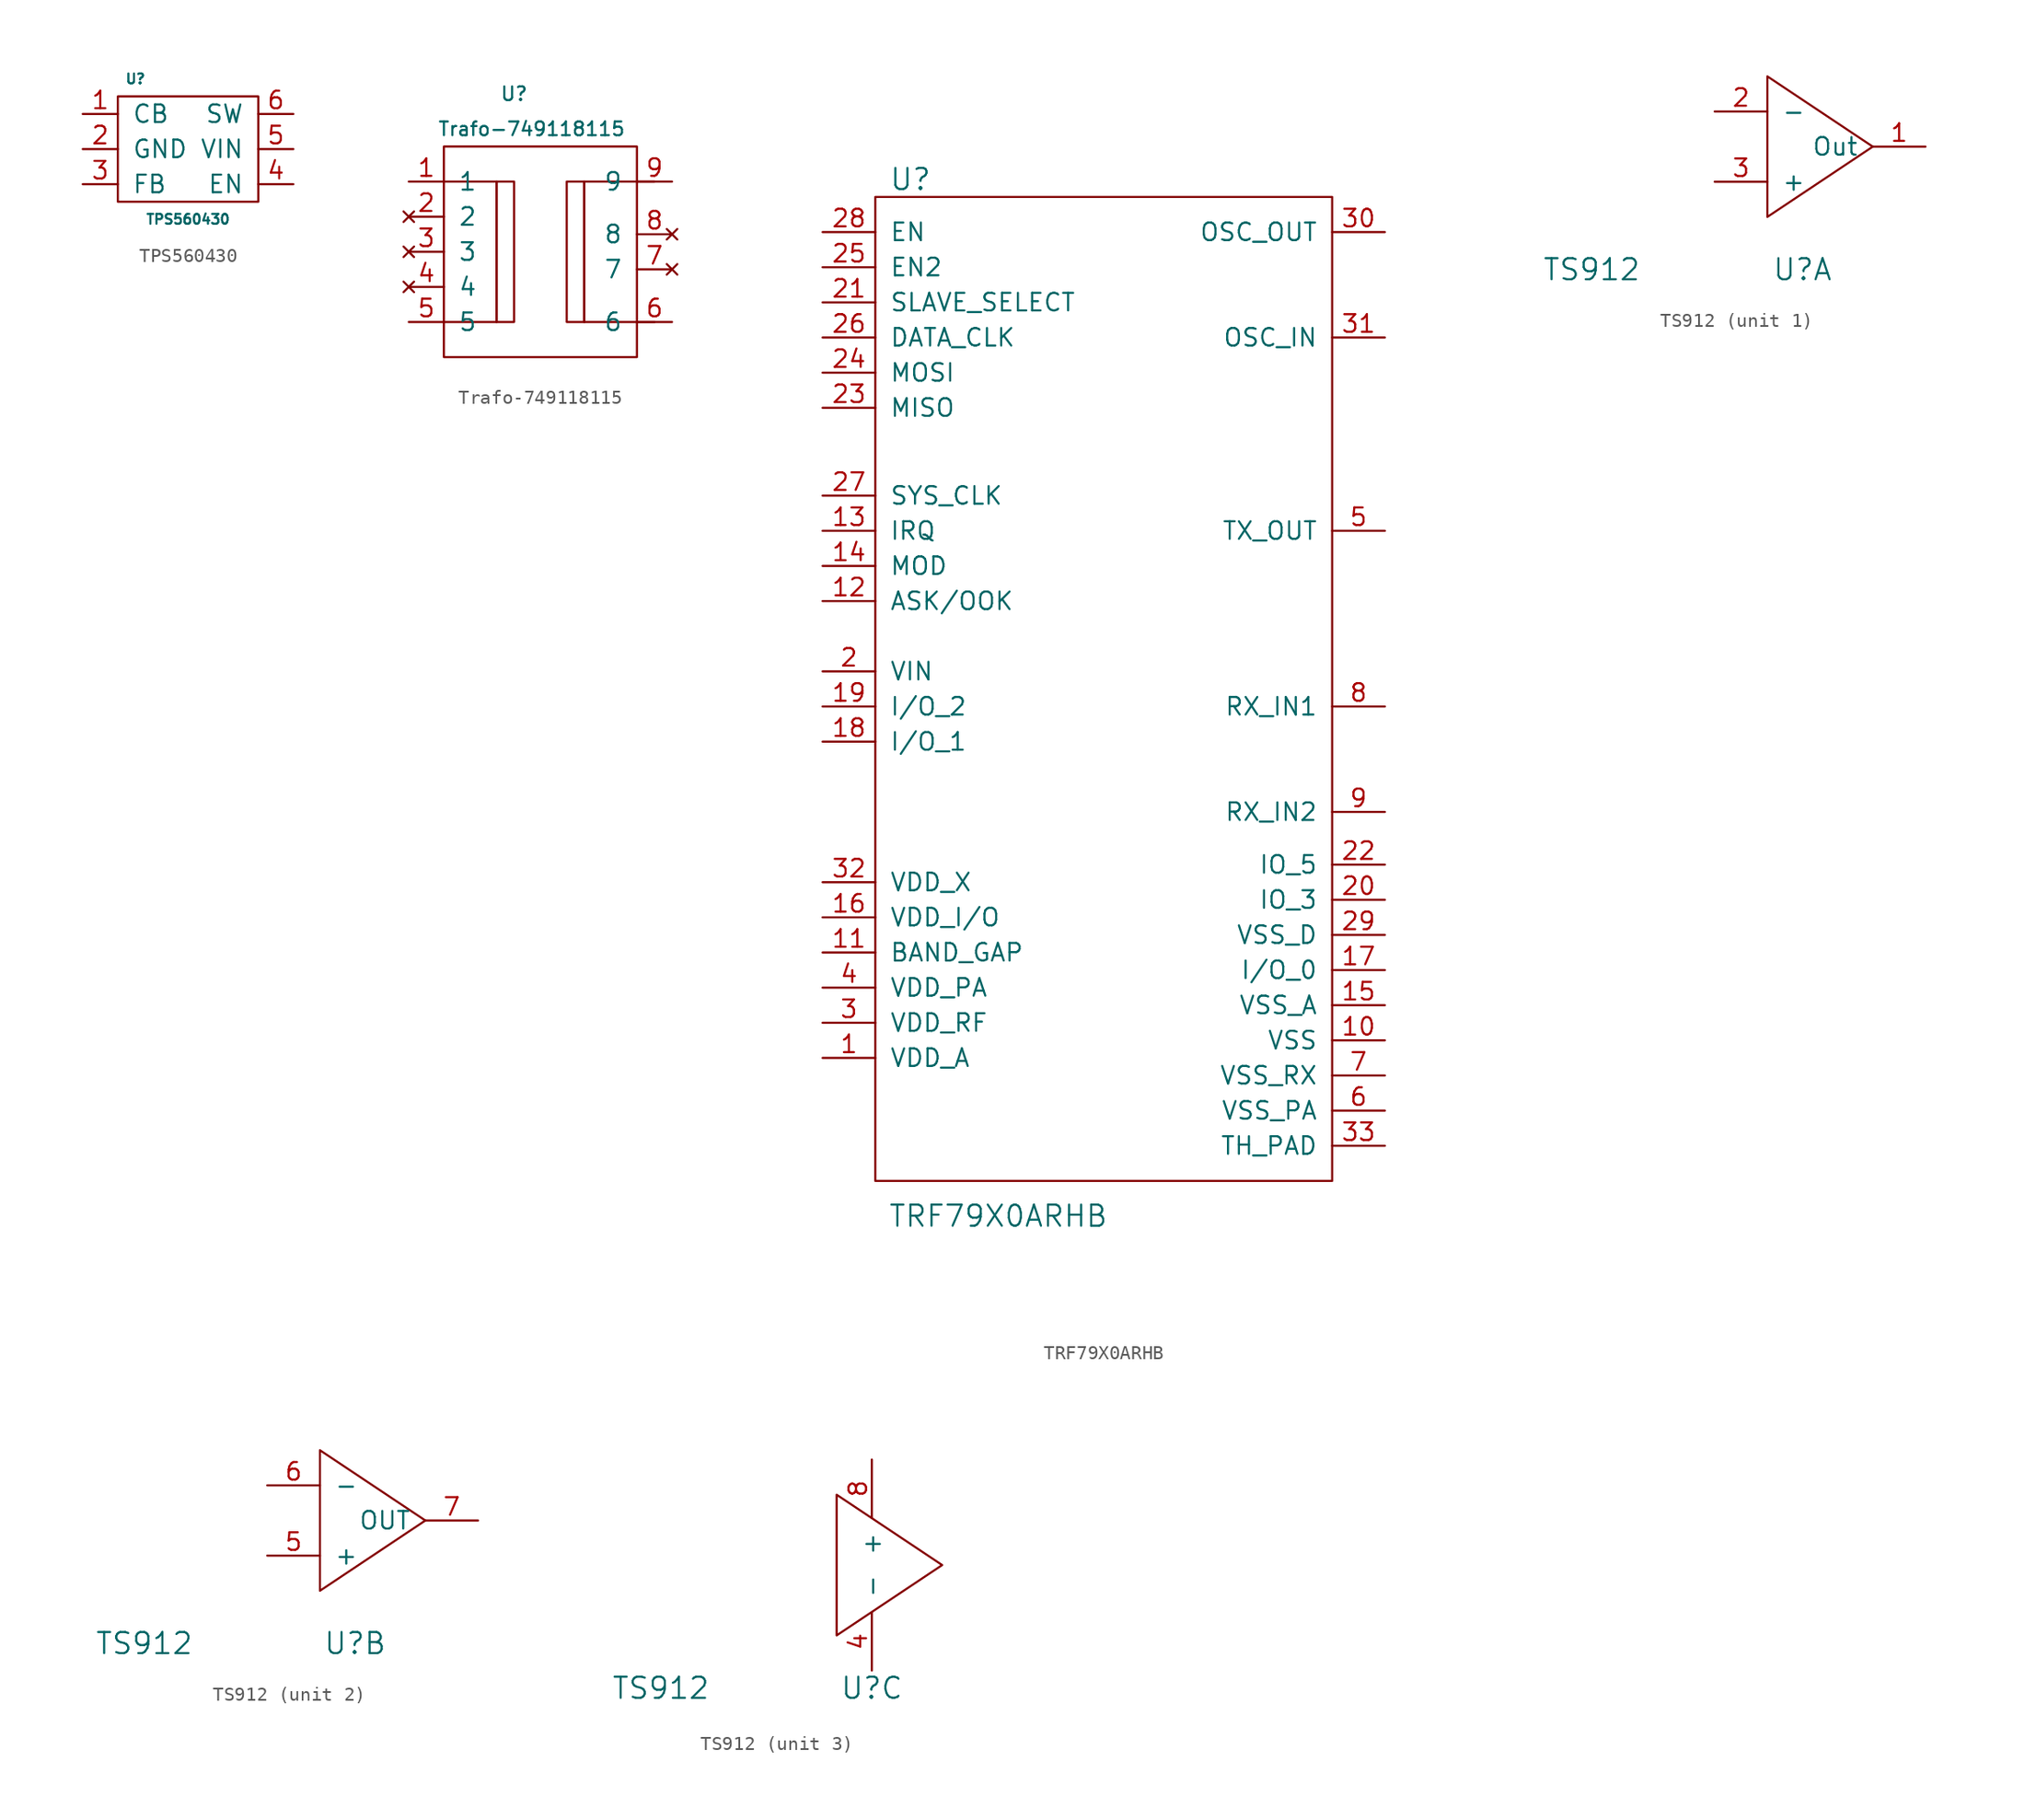
<source format=kicad_sym>
(kicad_symbol_lib
  (version 20210619)
  (generator kicad_symbol_editor)
  (symbol "tinkerforge:TPS560430"
    (pin_names
      (offset 1.016))
    (property "Reference" "U"
      (at -3.81 5.08 0)
      (effects (font (size 0.711 0.711))))
    (property "Value" "TPS560430"
      (at 0 -5.08 0)
      (effects (font (size 0.711 0.711))))
    (symbol "TPS560430_0_1"
      (rectangle (start -5.08 3.81) (end 5.08 -3.81) (stroke (width 0)) (fill (type none))))
    (symbol "TPS560430_1_1"
      (pin passive line (at -7.62 2.54 0) (length 2.54) (name "CB" (effects (font (size 1.27 1.27)))) (number "1" (effects (font (size 1.27 1.27)))))
      (pin passive line (at -7.62 0 0) (length 2.54) (name "GND" (effects (font (size 1.27 1.27)))) (number "2" (effects (font (size 1.27 1.27)))))
      (pin passive line (at -7.62 -2.54 0) (length 2.54) (name "FB" (effects (font (size 1.27 1.27)))) (number "3" (effects (font (size 1.27 1.27)))))
      (pin passive line (at 7.62 -2.54 180) (length 2.54) (name "EN" (effects (font (size 1.27 1.27)))) (number "4" (effects (font (size 1.27 1.27)))))
      (pin passive line (at 7.62 0 180) (length 2.54) (name "VIN" (effects (font (size 1.27 1.27)))) (number "5" (effects (font (size 1.27 1.27)))))
      (pin passive line (at 7.62 2.54 180) (length 2.54) (name "SW" (effects (font (size 1.27 1.27)))) (number "6" (effects (font (size 1.27 1.27)))))))
  (symbol "tinkerforge:Trafo-749118115"
    (pin_names
      (offset 1.016))
    (property "Reference" "U"
      (at -1.27 11.43 0)
      (effects (font (size 0.991 0.991))))
    (property "Value" "Trafo-749118115"
      (at 0 8.89 0)
      (effects (font (size 0.991 0.991))))
    (symbol "Trafo-749118115_0_1"
      (rectangle (start -6.35 7.62) (end 7.62 -7.62) (stroke (width 0)) (fill (type none)))
      (rectangle (start -2.54 5.08) (end -1.27 -5.08) (stroke (width 0)) (fill (type none)))
      (rectangle (start 3.81 5.08) (end 2.54 -5.08) (stroke (width 0)) (fill (type none)))
      (polyline (pts (xy -6.35 5.08) (xy -2.54 5.08) (xy -2.54 -5.08) (xy -6.35 -5.08)) (stroke (width 0)) (fill (type none)))
      (polyline (pts (xy 8.89 5.08) (xy 3.81 5.08) (xy 3.81 -5.08) (xy 8.89 -5.08)) (stroke (width 0)) (fill (type none))))
    (symbol "Trafo-749118115_1_1"
      (pin input line (at -8.89 5.08 0) (length 2.54) (name "1" (effects (font (size 1.27 1.27)))) (number "1" (effects (font (size 1.27 1.27)))))
      (pin no_connect line (at -8.89 2.54 0) (length 2.54) (name "2" (effects (font (size 1.27 1.27)))) (number "2" (effects (font (size 1.27 1.27)))))
      (pin no_connect line (at -8.89 0 0) (length 2.54) (name "3" (effects (font (size 1.27 1.27)))) (number "3" (effects (font (size 1.27 1.27)))))
      (pin no_connect line (at -8.89 -2.54 0) (length 2.54) (name "4" (effects (font (size 1.27 1.27)))) (number "4" (effects (font (size 1.27 1.27)))))
      (pin input line (at -8.89 -5.08 0) (length 2.54) (name "5" (effects (font (size 1.27 1.27)))) (number "5" (effects (font (size 1.27 1.27)))))
      (pin input line (at 10.16 -5.08 180) (length 2.54) (name "6" (effects (font (size 1.27 1.27)))) (number "6" (effects (font (size 1.27 1.27)))))
      (pin no_connect line (at 10.16 -1.27 180) (length 2.54) (name "7" (effects (font (size 1.27 1.27)))) (number "7" (effects (font (size 1.27 1.27)))))
      (pin no_connect line (at 10.16 1.27 180) (length 2.54) (name "8" (effects (font (size 1.27 1.27)))) (number "8" (effects (font (size 1.27 1.27)))))
      (pin input line (at 10.16 5.08 180) (length 2.54) (name "9" (effects (font (size 1.27 1.27)))) (number "9" (effects (font (size 1.27 1.27)))))))
  (symbol "tinkerforge:TRF79X0ARHB"
    (pin_names
      (offset 1.016))
    (property "Reference" "U"
      (at -13.97 36.83 0)
      (effects (font (size 1.524 1.524))))
    (property "Value" "TRF79X0ARHB"
      (at -7.62 -38.1 0)
      (effects (font (size 1.524 1.524))))
    (property "Footprint" ""
      (at 1.27 2.54 0)
      (effects (font (size 1.524 1.524))))
    (property "Datasheet" ""
      (at 1.27 2.54 0)
      (effects (font (size 1.524 1.524))))
    (symbol "TRF79X0ARHB_0_1"
      (rectangle (start -16.51 35.56) (end 16.51 -35.56) (stroke (width 0)) (fill (type none))))
    (symbol "TRF79X0ARHB_1_1"
      (pin passive line (at -20.32 -26.67 0) (length 3.81) (name "VDD_A" (effects (font (size 1.27 1.27)))) (number "1" (effects (font (size 1.27 1.27)))))
      (pin passive line (at 20.32 -25.4 180) (length 3.81) (name "VSS" (effects (font (size 1.27 1.27)))) (number "10" (effects (font (size 1.27 1.27)))))
      (pin passive line (at -20.32 -19.05 0) (length 3.81) (name "BAND_GAP" (effects (font (size 1.27 1.27)))) (number "11" (effects (font (size 1.27 1.27)))))
      (pin passive line (at -20.32 6.35 0) (length 3.81) (name "ASK/OOK" (effects (font (size 1.27 1.27)))) (number "12" (effects (font (size 1.27 1.27)))))
      (pin passive line (at -20.32 11.43 0) (length 3.81) (name "IRQ" (effects (font (size 1.27 1.27)))) (number "13" (effects (font (size 1.27 1.27)))))
      (pin passive line (at -20.32 8.89 0) (length 3.81) (name "MOD" (effects (font (size 1.27 1.27)))) (number "14" (effects (font (size 1.27 1.27)))))
      (pin passive line (at 20.32 -22.86 180) (length 3.81) (name "VSS_A" (effects (font (size 1.27 1.27)))) (number "15" (effects (font (size 1.27 1.27)))))
      (pin passive line (at -20.32 -16.51 0) (length 3.81) (name "VDD_I/O" (effects (font (size 1.27 1.27)))) (number "16" (effects (font (size 1.27 1.27)))))
      (pin passive line (at 20.32 -20.32 180) (length 3.81) (name "I/O_0" (effects (font (size 1.27 1.27)))) (number "17" (effects (font (size 1.27 1.27)))))
      (pin passive line (at -20.32 -3.81 0) (length 3.81) (name "I/O_1" (effects (font (size 1.27 1.27)))) (number "18" (effects (font (size 1.27 1.27)))))
      (pin passive line (at -20.32 -1.27 0) (length 3.81) (name "I/O_2" (effects (font (size 1.27 1.27)))) (number "19" (effects (font (size 1.27 1.27)))))
      (pin passive line (at -20.32 1.27 0) (length 3.81) (name "VIN" (effects (font (size 1.27 1.27)))) (number "2" (effects (font (size 1.27 1.27)))))
      (pin passive line (at 20.32 -15.24 180) (length 3.81) (name "IO_3" (effects (font (size 1.27 1.27)))) (number "20" (effects (font (size 1.27 1.27)))))
      (pin passive line (at -20.32 27.94 0) (length 3.81) (name "SLAVE_SELECT" (effects (font (size 1.27 1.27)))) (number "21" (effects (font (size 1.27 1.27)))))
      (pin passive line (at 20.32 -12.7 180) (length 3.81) (name "IO_5" (effects (font (size 1.27 1.27)))) (number "22" (effects (font (size 1.27 1.27)))))
      (pin passive line (at -20.32 20.32 0) (length 3.81) (name "MISO" (effects (font (size 1.27 1.27)))) (number "23" (effects (font (size 1.27 1.27)))))
      (pin passive line (at -20.32 22.86 0) (length 3.81) (name "MOSI" (effects (font (size 1.27 1.27)))) (number "24" (effects (font (size 1.27 1.27)))))
      (pin passive line (at -20.32 30.48 0) (length 3.81) (name "EN2" (effects (font (size 1.27 1.27)))) (number "25" (effects (font (size 1.27 1.27)))))
      (pin passive line (at -20.32 25.4 0) (length 3.81) (name "DATA_CLK" (effects (font (size 1.27 1.27)))) (number "26" (effects (font (size 1.27 1.27)))))
      (pin passive line (at -20.32 13.97 0) (length 3.81) (name "SYS_CLK" (effects (font (size 1.27 1.27)))) (number "27" (effects (font (size 1.27 1.27)))))
      (pin passive line (at -20.32 33.02 0) (length 3.81) (name "EN" (effects (font (size 1.27 1.27)))) (number "28" (effects (font (size 1.27 1.27)))))
      (pin passive line (at 20.32 -17.78 180) (length 3.81) (name "VSS_D" (effects (font (size 1.27 1.27)))) (number "29" (effects (font (size 1.27 1.27)))))
      (pin passive line (at -20.32 -24.13 0) (length 3.81) (name "VDD_RF" (effects (font (size 1.27 1.27)))) (number "3" (effects (font (size 1.27 1.27)))))
      (pin passive line (at 20.32 33.02 180) (length 3.81) (name "OSC_OUT" (effects (font (size 1.27 1.27)))) (number "30" (effects (font (size 1.27 1.27)))))
      (pin passive line (at 20.32 25.4 180) (length 3.81) (name "OSC_IN" (effects (font (size 1.27 1.27)))) (number "31" (effects (font (size 1.27 1.27)))))
      (pin passive line (at -20.32 -13.97 0) (length 3.81) (name "VDD_X" (effects (font (size 1.27 1.27)))) (number "32" (effects (font (size 1.27 1.27)))))
      (pin passive line (at 20.32 -33.02 180) (length 3.81) (name "TH_PAD" (effects (font (size 1.27 1.27)))) (number "33" (effects (font (size 1.27 1.27)))))
      (pin passive line (at -20.32 -21.59 0) (length 3.81) (name "VDD_PA" (effects (font (size 1.27 1.27)))) (number "4" (effects (font (size 1.27 1.27)))))
      (pin passive line (at 20.32 11.43 180) (length 3.81) (name "TX_OUT" (effects (font (size 1.27 1.27)))) (number "5" (effects (font (size 1.27 1.27)))))
      (pin passive line (at 20.32 -30.48 180) (length 3.81) (name "VSS_PA" (effects (font (size 1.27 1.27)))) (number "6" (effects (font (size 1.27 1.27)))))
      (pin passive line (at 20.32 -27.94 180) (length 3.81) (name "VSS_RX" (effects (font (size 1.27 1.27)))) (number "7" (effects (font (size 1.27 1.27)))))
      (pin passive line (at 20.32 -1.27 180) (length 3.81) (name "RX_IN1" (effects (font (size 1.27 1.27)))) (number "8" (effects (font (size 1.27 1.27)))))
      (pin passive line (at 20.32 -8.89 180) (length 3.81) (name "RX_IN2" (effects (font (size 1.27 1.27)))) (number "9" (effects (font (size 1.27 1.27)))))))
  (symbol "tinkerforge:TS912"
    (pin_names
      (offset 1.016))
    (property "Reference" "U"
      (at 0 -8.89 0)
      (effects (font (size 1.524 1.524))))
    (property "Value" "TS912"
      (at -15.24 -8.89 0)
      (effects (font (size 1.524 1.524))))
    (property "Footprint" ""
      (at 0 0 0)
      (effects (font (size 1.524 1.524))))
    (property "Datasheet" ""
      (at 0 0 0)
      (effects (font (size 1.524 1.524))))
    (symbol "TS912_0_1"
      (polyline (pts (xy -2.54 5.08) (xy -2.54 -5.08) (xy 5.08 0) (xy -2.54 5.08) (xy -2.54 5.08)) (stroke (width 0)) (fill (type none))))
    (symbol "TS912_1_1"
      (pin passive line (at 8.89 0 180) (length 3.81) (name "Out" (effects (font (size 1.27 1.27)))) (number "1" (effects (font (size 1.27 1.27)))))
      (pin passive line (at -6.35 2.54 0) (length 3.81) (name "-" (effects (font (size 1.27 1.27)))) (number "2" (effects (font (size 1.27 1.27)))))
      (pin passive line (at -6.35 -2.54 0) (length 3.81) (name "+" (effects (font (size 1.27 1.27)))) (number "3" (effects (font (size 1.27 1.27))))))
    (symbol "TS912_2_1"
      (pin passive line (at -6.35 -2.54 0) (length 3.81) (name "+" (effects (font (size 1.27 1.27)))) (number "5" (effects (font (size 1.27 1.27)))))
      (pin passive line (at -6.35 2.54 0) (length 3.81) (name "-" (effects (font (size 1.27 1.27)))) (number "6" (effects (font (size 1.27 1.27)))))
      (pin passive line (at 8.89 0 180) (length 3.81) (name "OUT" (effects (font (size 1.27 1.27)))) (number "7" (effects (font (size 1.27 1.27))))))
    (symbol "TS912_3_1"
      (pin passive line (at 0 -7.62 90) (length 4.191) (name "-" (effects (font (size 1.27 1.27)))) (number "4" (effects (font (size 1.27 1.27)))))
      (pin passive line (at 0 7.62 270) (length 4.191) (name "+" (effects (font (size 1.27 1.27)))) (number "8" (effects (font (size 1.27 1.27))))))))
</source>
